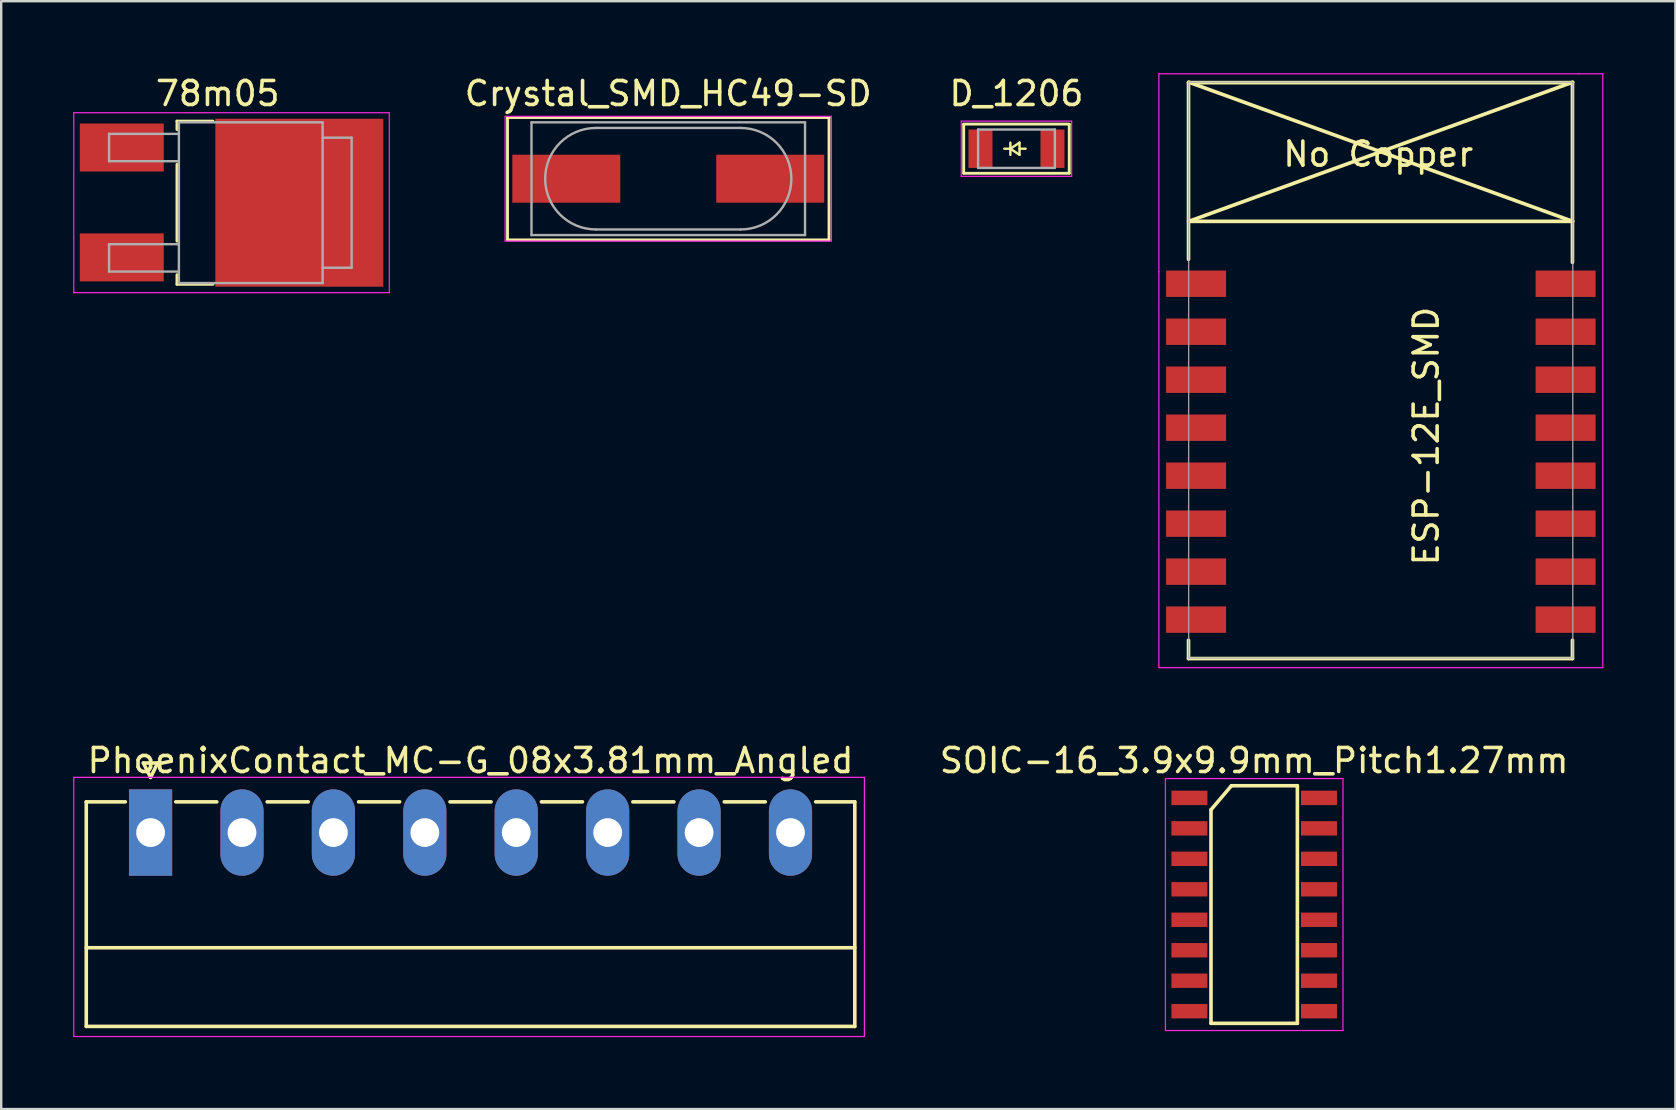
<source format=kicad_pcb>
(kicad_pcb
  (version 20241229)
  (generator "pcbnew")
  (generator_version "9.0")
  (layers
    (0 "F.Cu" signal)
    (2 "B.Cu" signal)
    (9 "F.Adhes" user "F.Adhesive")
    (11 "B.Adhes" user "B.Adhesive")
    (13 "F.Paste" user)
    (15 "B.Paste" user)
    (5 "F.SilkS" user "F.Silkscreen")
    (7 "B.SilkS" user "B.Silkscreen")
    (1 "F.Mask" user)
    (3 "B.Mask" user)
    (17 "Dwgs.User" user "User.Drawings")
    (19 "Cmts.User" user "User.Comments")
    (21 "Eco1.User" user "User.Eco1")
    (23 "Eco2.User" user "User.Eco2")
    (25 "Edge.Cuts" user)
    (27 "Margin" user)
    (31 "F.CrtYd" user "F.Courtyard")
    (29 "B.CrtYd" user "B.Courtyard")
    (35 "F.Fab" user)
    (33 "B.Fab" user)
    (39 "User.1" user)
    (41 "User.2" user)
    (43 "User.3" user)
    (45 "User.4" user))
  (footprint "D_1206"
    (layer "F.Cu")
    (at 39.313 3.148)
    (property "Reference" "D_1206" (at 0 -2.3 0) (layer "F.SilkS") (effects (font (size 1 1) (thickness 0.15))))
    (attr smd)
    (fp_line (start -2.2 -1.016) (end -2.2 1.016) (stroke (width 0.12) (type solid)) (layer "F.SilkS"))
    (fp_line (start -2.2 1.025) (end 2.2 1.025) (stroke (width 0.12) (type solid)) (layer "F.SilkS"))
    (fp_line (start -0.254 -0.254) (end -0.254 0.254) (stroke (width 0.1) (type solid)) (layer "F.SilkS"))
    (fp_line (start -0.254 0) (end -0.508 0) (stroke (width 0.1) (type solid)) (layer "F.SilkS"))
    (fp_line (start -0.254 0) (end 0.127 -0.254) (stroke (width 0.1) (type solid)) (layer "F.SilkS"))
    (fp_line (start 0.127 -0.254) (end 0.127 0.254) (stroke (width 0.1) (type solid)) (layer "F.SilkS"))
    (fp_line (start 0.127 0) (end 0.381 0) (stroke (width 0.1) (type solid)) (layer "F.SilkS"))
    (fp_line (start 0.127 0.254) (end -0.254 0) (stroke (width 0.1) (type solid)) (layer "F.SilkS"))
    (fp_line (start 2.2 -1.025) (end -2.2 -1.025) (stroke (width 0.12) (type solid)) (layer "F.SilkS"))
    (fp_line (start 2.2 -1.016) (end 2.2 1.016) (stroke (width 0.12) (type solid)) (layer "F.SilkS"))
    (fp_line (start -2.3 -1.15) (end -2.3 1.15) (stroke (width 0.05) (type solid)) (layer "F.CrtYd"))
    (fp_line (start -2.3 -1.15) (end 2.3 -1.15) (stroke (width 0.05) (type solid)) (layer "F.CrtYd"))
    (fp_line (start -2.3 1.15) (end 2.3 1.15) (stroke (width 0.05) (type solid)) (layer "F.CrtYd"))
    (fp_line (start 2.3 -1.15) (end 2.3 1.15) (stroke (width 0.05) (type solid)) (layer "F.CrtYd"))
    (fp_line (start -1.6 -0.8) (end 1.6 -0.8) (stroke (width 0.1) (type solid)) (layer "F.Fab"))
    (fp_line (start -1.6 0.8) (end -1.6 -0.8) (stroke (width 0.1) (type solid)) (layer "F.Fab"))
    (fp_line (start 1.6 -0.8) (end 1.6 0.8) (stroke (width 0.1) (type solid)) (layer "F.Fab"))
    (fp_line (start 1.6 0.8) (end -1.6 0.8) (stroke (width 0.1) (type solid)) (layer "F.Fab"))
    (pad "1" smd rect (at -1.5 0) (size 1 1.6) (layers "F.Cu" "F.Mask" "F.Paste"))
    (pad "2" smd rect (at 1.5 0) (size 1 1.6) (layers "F.Cu" "F.Mask" "F.Paste")))
  (footprint "ESP-12E_SMD"
    (layer "F.Cu")
    (at 47.499 8.775)
    (property "Reference" "ESP-12E_SMD" (at 8.89 6.35 90) (layer "F.SilkS") (effects (font (size 1 1) (thickness 0.15))))
    (attr through_hole)
    (fp_line (start -1.016 -8.382) (end -1.016 -1.016) (stroke (width 0.152) (type solid)) (layer "F.SilkS"))
    (fp_line (start -1.016 -8.382) (end 14.986 -8.382) (stroke (width 0.152) (type solid)) (layer "F.SilkS"))
    (fp_line (start -1.016 14.859) (end -1.016 15.621) (stroke (width 0.152) (type solid)) (layer "F.SilkS"))
    (fp_line (start -1.016 15.621) (end 14.986 15.621) (stroke (width 0.152) (type solid)) (layer "F.SilkS"))
    (fp_line (start -1.008 -8.4) (end 14.992 -2.6) (stroke (width 0.152) (type solid)) (layer "F.SilkS"))
    (fp_line (start -1.008 -2.6) (end 14.992 -2.6) (stroke (width 0.152) (type solid)) (layer "F.SilkS"))
    (fp_line (start 14.986 -8.382) (end 14.986 -0.889) (stroke (width 0.152) (type solid)) (layer "F.SilkS"))
    (fp_line (start 14.986 15.621) (end 14.986 14.859) (stroke (width 0.152) (type solid)) (layer "F.SilkS"))
    (fp_line (start 14.992 -8.4) (end -1.008 -2.6) (stroke (width 0.152) (type solid)) (layer "F.SilkS"))
    (fp_line (start -2.25 -8.75) (end 15.25 -8.75) (stroke (width 0.05) (type solid)) (layer "F.CrtYd"))
    (fp_line (start -2.25 -0.5) (end -2.25 -8.75) (stroke (width 0.05) (type solid)) (layer "F.CrtYd"))
    (fp_line (start -2.25 16) (end -2.25 -0.5) (stroke (width 0.05) (type solid)) (layer "F.CrtYd"))
    (fp_line (start 15.25 -8.75) (end 16.25 -8.75) (stroke (width 0.05) (type solid)) (layer "F.CrtYd"))
    (fp_line (start 16.25 -8.75) (end 16.25 16) (stroke (width 0.05) (type solid)) (layer "F.CrtYd"))
    (fp_line (start 16.25 16) (end -2.25 16) (stroke (width 0.05) (type solid)) (layer "F.CrtYd"))
    (fp_line (start -1.008 -8.4) (end 14.992 -8.4) (stroke (width 0.05) (type solid)) (layer "F.Fab"))
    (fp_line (start -1.008 15.6) (end -1.008 -8.4) (stroke (width 0.05) (type solid)) (layer "F.Fab"))
    (fp_line (start 14.992 15.6) (end -1.008 15.6) (stroke (width 0.05) (type solid)) (layer "F.Fab"))
    (fp_line (start 15 -8.4) (end 15 15.6) (stroke (width 0.05) (type solid)) (layer "F.Fab"))
    (fp_text user "No Copper" (at 6.892 -5.4 0) (layer "F.SilkS") (effects (font (size 1 1) (thickness 0.15))))
    (pad "1" smd rect (at 0 0) (size 2.5 1.1) (drill (offset -0.7 0)) (layers "F.Cu" "F.Mask" "F.Paste"))
    (pad "2" smd rect (at 0 2) (size 2.5 1.1) (drill (offset -0.7 0)) (layers "F.Cu" "F.Mask" "F.Paste"))
    (pad "3" smd rect (at 0 4) (size 2.5 1.1) (drill (offset -0.7 0)) (layers "F.Cu" "F.Mask" "F.Paste"))
    (pad "4" smd rect (at 0 6) (size 2.5 1.1) (drill (offset -0.7 0)) (layers "F.Cu" "F.Mask" "F.Paste"))
    (pad "5" smd rect (at 0 8) (size 2.5 1.1) (drill (offset -0.7 0)) (layers "F.Cu" "F.Mask" "F.Paste"))
    (pad "6" smd rect (at 0 10) (size 2.5 1.1) (drill (offset -0.7 0)) (layers "F.Cu" "F.Mask" "F.Paste"))
    (pad "7" smd rect (at 0 12) (size 2.5 1.1) (drill (offset -0.7 0)) (layers "F.Cu" "F.Mask" "F.Paste"))
    (pad "8" smd rect (at 0 14) (size 2.5 1.1) (drill (offset -0.7 0)) (layers "F.Cu" "F.Mask" "F.Paste"))
    (pad "9" smd rect (at 14 14) (size 2.5 1.1) (drill (offset 0.7 0)) (layers "F.Cu" "F.Mask" "F.Paste"))
    (pad "10" smd rect (at 14 12) (size 2.5 1.1) (drill (offset 0.7 0)) (layers "F.Cu" "F.Mask" "F.Paste"))
    (pad "11" smd rect (at 14 10) (size 2.5 1.1) (drill (offset 0.7 0)) (layers "F.Cu" "F.Mask" "F.Paste"))
    (pad "12" smd rect (at 14 8) (size 2.5 1.1) (drill (offset 0.7 0)) (layers "F.Cu" "F.Mask" "F.Paste"))
    (pad "13" smd rect (at 14 6) (size 2.5 1.1) (drill (offset 0.7 0)) (layers "F.Cu" "F.Mask" "F.Paste"))
    (pad "14" smd rect (at 14 4) (size 2.5 1.1) (drill (offset 0.7 0)) (layers "F.Cu" "F.Mask" "F.Paste"))
    (pad "15" smd rect (at 14 2) (size 2.5 1.1) (drill (offset 0.7 0)) (layers "F.Cu" "F.Mask" "F.Paste"))
    (pad "16" smd rect (at 14 0) (size 2.5 1.1) (drill (offset 0.7 0)) (layers "F.Cu" "F.Mask" "F.Paste")))
  (footprint "Crystal_SMD_HC49-SD"
    (layer "F.Cu")
    (at 24.801 4.398)
    (property "Reference" "Crystal_SMD_HC49-SD" (at 0 -3.55 0) (layer "F.SilkS") (effects (font (size 1 1) (thickness 0.15))))
    (attr smd)
    (fp_line (start -6.7 -2.55) (end -6.7 2.55) (stroke (width 0.12) (type solid)) (layer "F.SilkS"))
    (fp_line (start -6.7 2.55) (end 6.7 2.55) (stroke (width 0.12) (type solid)) (layer "F.SilkS"))
    (fp_line (start 6.7 -2.55) (end -6.7 -2.55) (stroke (width 0.12) (type solid)) (layer "F.SilkS"))
    (fp_line (start 6.7 -2.55) (end 6.7 2.55) (stroke (width 0.12) (type solid)) (layer "F.SilkS"))
    (fp_line (start -6.8 -2.6) (end -6.8 2.6) (stroke (width 0.05) (type solid)) (layer "F.CrtYd"))
    (fp_line (start -6.8 2.6) (end 6.8 2.6) (stroke (width 0.05) (type solid)) (layer "F.CrtYd"))
    (fp_line (start 6.8 -2.6) (end -6.8 -2.6) (stroke (width 0.05) (type solid)) (layer "F.CrtYd"))
    (fp_line (start 6.8 2.6) (end 6.8 -2.6) (stroke (width 0.05) (type solid)) (layer "F.CrtYd"))
    (fp_line (start -5.7 -2.35) (end -5.7 2.35) (stroke (width 0.1) (type solid)) (layer "F.Fab"))
    (fp_line (start -5.7 2.35) (end 5.7 2.35) (stroke (width 0.1) (type solid)) (layer "F.Fab"))
    (fp_line (start -3.015 -2.115) (end 3.015 -2.115) (stroke (width 0.1) (type solid)) (layer "F.Fab"))
    (fp_line (start -3.015 2.115) (end 3.015 2.115) (stroke (width 0.1) (type solid)) (layer "F.Fab"))
    (fp_line (start 5.7 -2.35) (end -5.7 -2.35) (stroke (width 0.1) (type solid)) (layer "F.Fab"))
    (fp_line (start 5.7 2.35) (end 5.7 -2.35) (stroke (width 0.1) (type solid)) (layer "F.Fab"))
    (fp_arc (start -3.015 2.115) (mid -5.13 0) (end -3.015 -2.115) (stroke (width 0.1) (type solid)) (layer "F.Fab"))
    (fp_arc (start 3.015 -2.115) (mid 5.13 0) (end 3.015 2.115) (stroke (width 0.1) (type solid)) (layer "F.Fab"))
    (pad "1" smd rect (at -4.25 0) (size 4.5 2) (layers "F.Cu" "F.Mask"))
    (pad "2" smd rect (at 4.25 0) (size 4.5 2) (layers "F.Cu" "F.Mask")))
  (footprint "78m05"
    (layer "F.Cu")
    (at 5.725 5.388)
    (property "Reference" "78m05" (at 0.3 -4.54 0) (layer "F.SilkS") (effects (font (size 1 1) (thickness 0.15))))
    (attr smd)
    (fp_line (start -1.4 -3.39) (end 0.1 -3.39) (stroke (width 0.12) (type solid)) (layer "F.SilkS"))
    (fp_line (start -1.4 -3.04) (end -1.4 -3.39) (stroke (width 0.12) (type solid)) (layer "F.SilkS"))
    (fp_line (start -1.4 1.61) (end -1.4 -1.59) (stroke (width 0.12) (type solid)) (layer "F.SilkS"))
    (fp_line (start -1.4 3.41) (end -1.4 3.01) (stroke (width 0.12) (type solid)) (layer "F.SilkS"))
    (fp_line (start 0.1 3.41) (end -1.4 3.41) (stroke (width 0.12) (type solid)) (layer "F.SilkS"))
    (fp_line (start -5.7 3.76) (end -5.7 -3.74) (stroke (width 0.05) (type solid)) (layer "F.CrtYd"))
    (fp_line (start -5.7 3.76) (end 7.45 3.76) (stroke (width 0.05) (type solid)) (layer "F.CrtYd"))
    (fp_line (start 7.45 -3.74) (end -5.7 -3.74) (stroke (width 0.05) (type solid)) (layer "F.CrtYd"))
    (fp_line (start 7.45 -3.74) (end 7.45 3.76) (stroke (width 0.05) (type solid)) (layer "F.CrtYd"))
    (fp_line (start -4.23 -2.86) (end -4.23 -1.72) (stroke (width 0.1) (type solid)) (layer "F.Fab"))
    (fp_line (start -4.23 -1.72) (end -1.32 -1.72) (stroke (width 0.1) (type solid)) (layer "F.Fab"))
    (fp_line (start -4.23 1.74) (end -4.23 2.88) (stroke (width 0.1) (type solid)) (layer "F.Fab"))
    (fp_line (start -4.23 2.88) (end -1.32 2.88) (stroke (width 0.1) (type solid)) (layer "F.Fab"))
    (fp_line (start -1.32 -2.86) (end -4.23 -2.86) (stroke (width 0.1) (type solid)) (layer "F.Fab"))
    (fp_line (start -1.32 1.74) (end -4.23 1.74) (stroke (width 0.1) (type solid)) (layer "F.Fab"))
    (fp_line (start -1.32 3.36) (end -1.32 -3.34) (stroke (width 0.1) (type solid)) (layer "F.Fab"))
    (fp_line (start -1.32 3.36) (end 4.67 3.36) (stroke (width 0.1) (type solid)) (layer "F.Fab"))
    (fp_line (start 4.67 -3.34) (end -1.32 -3.34) (stroke (width 0.1) (type solid)) (layer "F.Fab"))
    (fp_line (start 4.67 3.36) (end 4.67 -3.34) (stroke (width 0.1) (type solid)) (layer "F.Fab"))
    (fp_line (start 4.68 -2.7) (end 5.88 -2.7) (stroke (width 0.1) (type solid)) (layer "F.Fab"))
    (fp_line (start 5.88 -2.7) (end 5.88 2.72) (stroke (width 0.1) (type solid)) (layer "F.Fab"))
    (fp_line (start 5.88 2.72) (end 4.67 2.72) (stroke (width 0.1) (type solid)) (layer "F.Fab"))
    (pad "GND" smd rect (at 3.7 0.01 270) (size 7 7) (layers "F.Cu" "F.Mask" "F.Paste"))
    (pad "VI" smd rect (at -3.7 -2.29 270) (size 2 3.5) (layers "F.Cu" "F.Mask" "F.Paste"))
    (pad "VO" smd rect (at -3.7 2.29 270) (size 2 3.5) (layers "F.Cu" "F.Mask" "F.Paste")))
  (footprint "SOIC-16_3.9x9.9mm_Pitch1.27mm"
    (layer "F.Cu")
    (at 49.22 34.648)
    (property "Reference" "SOIC-16_3.9x9.9mm_Pitch1.27mm" (at 0 -6 0) (layer "F.SilkS") (effects (font (size 1 1) (thickness 0.15))))
    (attr smd)
    (fp_line (start -1.8 -3.95) (end -0.95 -4.95) (stroke (width 0.15) (type solid)) (layer "F.SilkS"))
    (fp_line (start -1.8 4.95) (end -1.8 -3.95) (stroke (width 0.15) (type solid)) (layer "F.SilkS"))
    (fp_line (start -0.95 -4.95) (end 1.8 -4.95) (stroke (width 0.15) (type solid)) (layer "F.SilkS"))
    (fp_line (start 1.8 -4.95) (end 1.8 4.95) (stroke (width 0.15) (type solid)) (layer "F.SilkS"))
    (fp_line (start 1.8 4.95) (end -1.8 4.95) (stroke (width 0.15) (type solid)) (layer "F.SilkS"))
    (fp_line (start -3.7 -5.25) (end -3.7 5.25) (stroke (width 0.05) (type solid)) (layer "F.CrtYd"))
    (fp_line (start -3.7 -5.25) (end 3.7 -5.25) (stroke (width 0.05) (type solid)) (layer "F.CrtYd"))
    (fp_line (start -3.7 5.25) (end 3.7 5.25) (stroke (width 0.05) (type solid)) (layer "F.CrtYd"))
    (fp_line (start 3.7 -5.25) (end 3.7 5.25) (stroke (width 0.05) (type solid)) (layer "F.CrtYd"))
    (pad "1" smd rect (at -2.7 -4.445) (size 1.5 0.6) (layers "F.Cu" "F.Mask" "F.Paste"))
    (pad "2" smd rect (at -2.7 -3.175) (size 1.5 0.6) (layers "F.Cu" "F.Mask" "F.Paste"))
    (pad "3" smd rect (at -2.7 -1.905) (size 1.5 0.6) (layers "F.Cu" "F.Mask" "F.Paste"))
    (pad "4" smd rect (at -2.7 -0.635) (size 1.5 0.6) (layers "F.Cu" "F.Mask" "F.Paste"))
    (pad "5" smd rect (at -2.7 0.635) (size 1.5 0.6) (layers "F.Cu" "F.Mask" "F.Paste"))
    (pad "6" smd rect (at -2.7 1.905) (size 1.5 0.6) (layers "F.Cu" "F.Mask" "F.Paste"))
    (pad "7" smd rect (at -2.7 3.175) (size 1.5 0.6) (layers "F.Cu" "F.Mask" "F.Paste"))
    (pad "8" smd rect (at -2.7 4.445) (size 1.5 0.6) (layers "F.Cu" "F.Mask" "F.Paste"))
    (pad "9" smd rect (at 2.7 4.445) (size 1.5 0.6) (layers "F.Cu" "F.Mask" "F.Paste"))
    (pad "10" smd rect (at 2.7 3.175) (size 1.5 0.6) (layers "F.Cu" "F.Mask" "F.Paste"))
    (pad "11" smd rect (at 2.7 1.905) (size 1.5 0.6) (layers "F.Cu" "F.Mask" "F.Paste"))
    (pad "12" smd rect (at 2.7 0.635) (size 1.5 0.6) (layers "F.Cu" "F.Mask" "F.Paste"))
    (pad "13" smd rect (at 2.7 -0.635) (size 1.5 0.6) (layers "F.Cu" "F.Mask" "F.Paste"))
    (pad "14" smd rect (at 2.7 -1.905) (size 1.5 0.6) (layers "F.Cu" "F.Mask" "F.Paste"))
    (pad "15" smd rect (at 2.7 -3.175) (size 1.5 0.6) (layers "F.Cu" "F.Mask" "F.Paste"))
    (pad "16" smd rect (at 2.7 -4.445) (size 1.5 0.6) (layers "F.Cu" "F.Mask" "F.Paste")))
  (footprint "PhoenixContact_MC-G_08x3.81mm_Angled"
    (layer "F.Cu")
    (at 16.56 31.648)
    (property "Reference" "PhoenixContact_MC-G_08x3.81mm_Angled" (at 0 -3 0) (layer "F.SilkS") (effects (font (size 1 1) (thickness 0.15))))
    (attr through_hole)
    (fp_line (start -16.015 -1.28) (end -16.015 8.08) (stroke (width 0.15) (type solid)) (layer "F.SilkS"))
    (fp_line (start -16.015 -1.28) (end -14.385 -1.28) (stroke (width 0.15) (type solid)) (layer "F.SilkS"))
    (fp_line (start -16.015 4.8) (end 16.015 4.8) (stroke (width 0.15) (type solid)) (layer "F.SilkS"))
    (fp_line (start -16.015 8.08) (end 16.015 8.08) (stroke (width 0.15) (type solid)) (layer "F.SilkS"))
    (fp_line (start -13.635 -2.9) (end -13.335 -2.3) (stroke (width 0.15) (type solid)) (layer "F.SilkS"))
    (fp_line (start -13.335 -2.3) (end -13.035 -2.9) (stroke (width 0.15) (type solid)) (layer "F.SilkS"))
    (fp_line (start -13.035 -2.9) (end -13.635 -2.9) (stroke (width 0.15) (type solid)) (layer "F.SilkS"))
    (fp_line (start -12.285 -1.28) (end -10.575 -1.28) (stroke (width 0.15) (type solid)) (layer "F.SilkS"))
    (fp_line (start -8.475 -1.28) (end -6.765 -1.28) (stroke (width 0.15) (type solid)) (layer "F.SilkS"))
    (fp_line (start -4.665 -1.28) (end -2.955 -1.28) (stroke (width 0.15) (type solid)) (layer "F.SilkS"))
    (fp_line (start -0.855 -1.28) (end 0.855 -1.28) (stroke (width 0.15) (type solid)) (layer "F.SilkS"))
    (fp_line (start 2.955 -1.28) (end 4.665 -1.28) (stroke (width 0.15) (type solid)) (layer "F.SilkS"))
    (fp_line (start 6.765 -1.28) (end 8.475 -1.28) (stroke (width 0.15) (type solid)) (layer "F.SilkS"))
    (fp_line (start 10.575 -1.28) (end 12.285 -1.28) (stroke (width 0.15) (type solid)) (layer "F.SilkS"))
    (fp_line (start 16.015 -1.28) (end 14.385 -1.28) (stroke (width 0.15) (type solid)) (layer "F.SilkS"))
    (fp_line (start 16.015 8.08) (end 16.015 -1.28) (stroke (width 0.15) (type solid)) (layer "F.SilkS"))
    (fp_line (start -16.535 -2.3) (end -16.535 8.5) (stroke (width 0.05) (type solid)) (layer "F.CrtYd"))
    (fp_line (start -16.535 8.5) (end 16.415 8.5) (stroke (width 0.05) (type solid)) (layer "F.CrtYd"))
    (fp_line (start 16.415 -2.3) (end -16.535 -2.3) (stroke (width 0.05) (type solid)) (layer "F.CrtYd"))
    (fp_line (start 16.415 8.5) (end 16.415 -2.3) (stroke (width 0.05) (type solid)) (layer "F.CrtYd"))
    (pad "1" thru_hole rect (at -13.335 0) (size 1.8 3.6) (drill 1.2) (layers "*.Cu" "*.Mask"))
    (pad "2" thru_hole oval (at -9.525 0) (size 1.8 3.6) (drill 1.2) (layers "*.Cu" "*.Mask"))
    (pad "3" thru_hole oval (at -5.715 0) (size 1.8 3.6) (drill 1.2) (layers "*.Cu" "*.Mask"))
    (pad "4" thru_hole oval (at -1.905 0) (size 1.8 3.6) (drill 1.2) (layers "*.Cu" "*.Mask"))
    (pad "5" thru_hole oval (at 1.905 0) (size 1.8 3.6) (drill 1.2) (layers "*.Cu" "*.Mask"))
    (pad "6" thru_hole oval (at 5.715 0) (size 1.8 3.6) (drill 1.2) (layers "*.Cu" "*.Mask"))
    (pad "7" thru_hole oval (at 9.525 0) (size 1.8 3.6) (drill 1.2) (layers "*.Cu" "*.Mask"))
    (pad "8" thru_hole oval (at 13.335 0) (size 1.8 3.6) (drill 1.2) (layers "*.Cu" "*.Mask")))
  (gr_rect
    (start -3 -3)
    (end 66.774 43.173)
    (stroke (width 0.1) (type default))
    (fill no)
    (layer "Edge.Cuts")))
</source>
